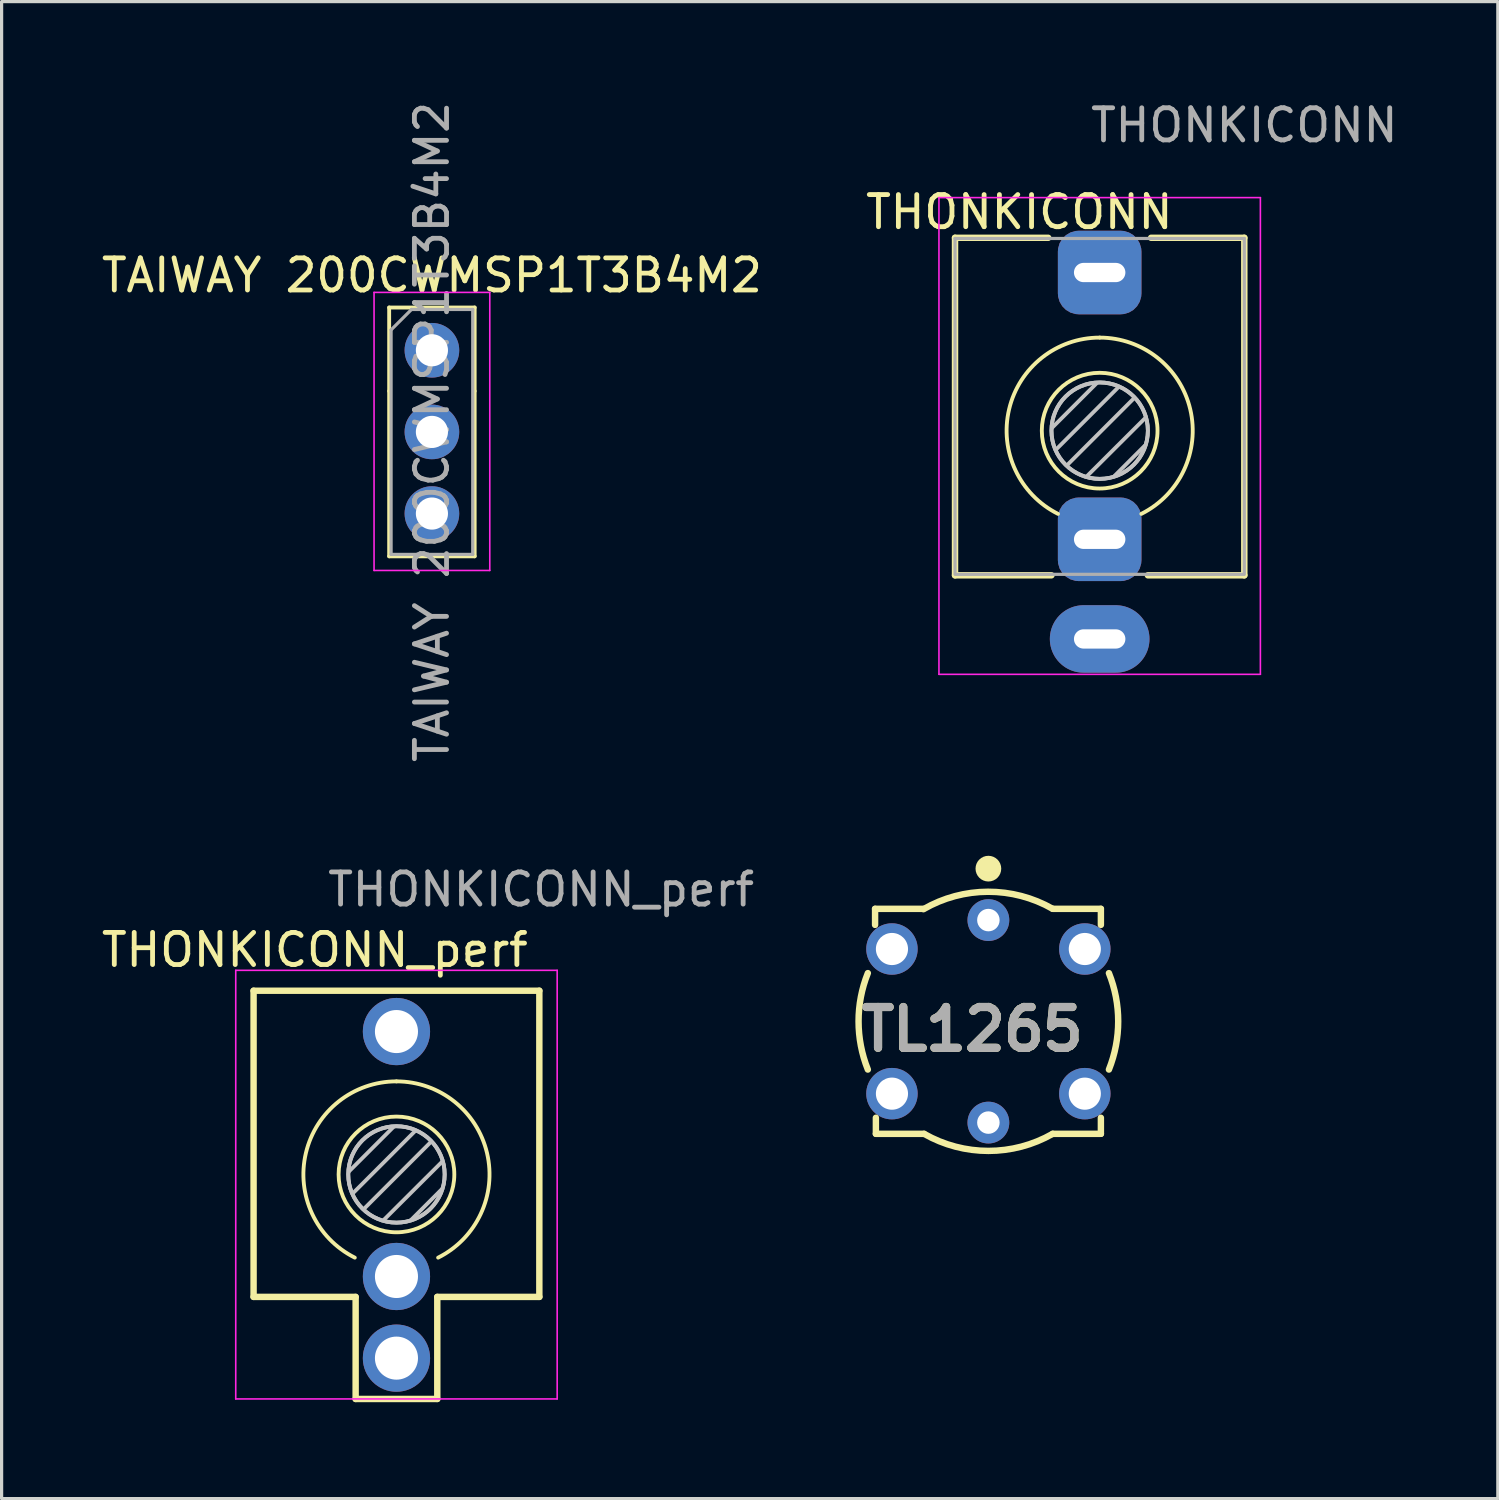
<source format=kicad_pcb>
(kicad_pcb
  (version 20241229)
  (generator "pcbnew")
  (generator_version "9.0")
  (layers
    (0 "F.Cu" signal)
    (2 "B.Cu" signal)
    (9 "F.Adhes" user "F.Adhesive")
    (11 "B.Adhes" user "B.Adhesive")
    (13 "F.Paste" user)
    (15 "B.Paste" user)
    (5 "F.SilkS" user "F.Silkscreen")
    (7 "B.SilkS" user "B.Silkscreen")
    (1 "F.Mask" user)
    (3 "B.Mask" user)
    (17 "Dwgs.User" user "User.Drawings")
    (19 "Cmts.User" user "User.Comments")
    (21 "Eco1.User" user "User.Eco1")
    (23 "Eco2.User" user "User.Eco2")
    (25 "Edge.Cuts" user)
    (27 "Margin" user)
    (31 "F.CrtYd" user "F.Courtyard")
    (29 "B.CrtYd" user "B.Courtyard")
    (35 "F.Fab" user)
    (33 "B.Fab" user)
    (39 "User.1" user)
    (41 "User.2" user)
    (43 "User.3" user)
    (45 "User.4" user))
  (footprint "TAIWAY 200CWMSP1T3B4M2"
    (layer "F.Cu")
    (at 10.387 7.847)
    (property "Reference" "TAIWAY 200CWMSP1T3B4M2" (at 0 -2.33 0) (layer "F.SilkS") (effects (font (size 1 1) (thickness 0.15))))
    (attr through_hole)
    (fp_line (start -1.33 -1.33) (end 1.33 -1.33) (stroke (width 0.12) (type solid)) (layer "F.SilkS"))
    (fp_line (start -1.33 1.27) (end -1.33 -1.33) (stroke (width 0.12) (type solid)) (layer "F.SilkS"))
    (fp_line (start -1.33 1.27) (end -1.33 6.41) (stroke (width 0.12) (type solid)) (layer "F.SilkS"))
    (fp_line (start -1.33 6.41) (end 1.33 6.41) (stroke (width 0.12) (type solid)) (layer "F.SilkS"))
    (fp_line (start 1.33 -1.33) (end 1.33 1.27) (stroke (width 0.12) (type solid)) (layer "F.SilkS"))
    (fp_line (start 1.33 1.27) (end 1.33 6.41) (stroke (width 0.12) (type solid)) (layer "F.SilkS"))
    (fp_line (start -1.8 -1.8) (end -1.8 6.85) (stroke (width 0.05) (type solid)) (layer "F.CrtYd"))
    (fp_line (start -1.8 6.85) (end 1.8 6.85) (stroke (width 0.05) (type solid)) (layer "F.CrtYd"))
    (fp_line (start 1.8 -1.8) (end -1.8 -1.8) (stroke (width 0.05) (type solid)) (layer "F.CrtYd"))
    (fp_line (start 1.8 6.85) (end 1.8 -1.8) (stroke (width 0.05) (type solid)) (layer "F.CrtYd"))
    (fp_line (start -1.27 -0.635) (end -0.635 -1.27) (stroke (width 0.1) (type solid)) (layer "F.Fab"))
    (fp_line (start -1.27 6.35) (end -1.27 -0.635) (stroke (width 0.1) (type solid)) (layer "F.Fab"))
    (fp_line (start -0.635 -1.27) (end 1.27 -1.27) (stroke (width 0.1) (type solid)) (layer "F.Fab"))
    (fp_line (start 1.27 -1.27) (end 1.27 6.35) (stroke (width 0.1) (type solid)) (layer "F.Fab"))
    (fp_line (start 1.27 6.35) (end -1.27 6.35) (stroke (width 0.1) (type solid)) (layer "F.Fab"))
    (fp_text user "${REFERENCE}" (at 0 2.54 90) (layer "F.Fab") (effects (font (size 1 1) (thickness 0.15))))
    (pad "1" thru_hole circle (at 0 0) (size 1.7 1.7) (drill 1) (layers "*.Cu" "*.Mask"))
    (pad "2" thru_hole oval (at 0 2.54) (size 1.7 1.7) (drill 1) (layers "*.Cu" "*.Mask"))
    (pad "3" thru_hole oval (at 0 5.08) (size 1.7 1.7) (drill 1) (layers "*.Cu" "*.Mask")))
  (footprint "THONKICONN_perf"
    (layer "F.Cu")
    (at 9.284 33.487)
    (property "Reference" "THONKICONN_perf" (at -2.54 -6.985 0) (layer "F.SilkS") (effects (font (size 1 1) (thickness 0.15))))
    (attr through_hole)
    (fp_line (start -4.445 -5.715) (end 4.445 -5.715) (stroke (width 0.2) (type solid)) (layer "F.SilkS"))
    (fp_line (start -4.445 3.81) (end -4.445 -5.715) (stroke (width 0.2) (type solid)) (layer "F.SilkS"))
    (fp_line (start -4.445 3.81) (end -1.27 3.81) (stroke (width 0.2) (type solid)) (layer "F.SilkS"))
    (fp_line (start -1.27 6.985) (end -1.27 3.81) (stroke (width 0.2) (type solid)) (layer "F.SilkS"))
    (fp_line (start 1.27 3.81) (end 1.27 6.985) (stroke (width 0.2) (type solid)) (layer "F.SilkS"))
    (fp_line (start 1.27 3.81) (end 4.445 3.81) (stroke (width 0.2) (type solid)) (layer "F.SilkS"))
    (fp_line (start 1.27 6.985) (end -1.27 6.985) (stroke (width 0.2) (type solid)) (layer "F.SilkS"))
    (fp_line (start 4.445 -5.715) (end 4.445 3.81) (stroke (width 0.2) (type solid)) (layer "F.SilkS"))
    (fp_arc (start -1.296263 2.588577) (mid -2.817353 -0.665994) (end 0 -2.895) (stroke (width 0.12) (type solid)) (layer "F.SilkS"))
    (fp_arc (start 0 -2.895) (mid 2.817353 -0.665994) (end 1.296263 2.588577) (stroke (width 0.12) (type solid)) (layer "F.SilkS"))
    (fp_circle (center 0 0) (end -1.8 0) (stroke (width 0.12) (type solid)) (fill no) (layer "F.SilkS"))
    (fp_line (start -0.09 -1.48) (end -1.48 -0.09) (stroke (width 0.12) (type solid)) (layer "Dwgs.User"))
    (fp_line (start 0.58 -1.35) (end -1.36 0.59) (stroke (width 0.12) (type solid)) (layer "Dwgs.User"))
    (fp_line (start 1.07 -1.01) (end -1.01 1.07) (stroke (width 0.12) (type solid)) (layer "Dwgs.User"))
    (fp_line (start 1.41 0.46) (end 0.46 1.41) (stroke (width 0.12) (type solid)) (layer "Dwgs.User"))
    (fp_line (start 1.42 -0.395) (end -0.4 1.42) (stroke (width 0.12) (type solid)) (layer "Dwgs.User"))
    (fp_circle (center 0 0) (end -1.5 0) (stroke (width 0.12) (type solid)) (fill no) (layer "Dwgs.User"))
    (fp_circle (center 0 0) (end 1.5 0) (stroke (width 0.12) (type solid)) (fill no) (layer "Eco2.User"))
    (fp_circle (center 0 0) (end -1.5 0) (stroke (width 0.12) (type solid)) (fill no) (layer "Edge.Cuts"))
    (fp_line (start -5 -6.35) (end 5 -6.35) (stroke (width 0.05) (type solid)) (layer "F.CrtYd"))
    (fp_line (start -5 6.985) (end -5 -6.35) (stroke (width 0.05) (type solid)) (layer "F.CrtYd"))
    (fp_line (start -5 6.985) (end 5 6.985) (stroke (width 0.05) (type solid)) (layer "F.CrtYd"))
    (fp_line (start 5 -6.35) (end 5 6.985) (stroke (width 0.05) (type solid)) (layer "F.CrtYd"))
    (fp_text user "${REFERENCE}" (at 4.5 -8.865 0) (layer "F.Fab") (effects (font (size 1 1) (thickness 0.15))))
    (pad "1" thru_hole circle (at 0 5.715) (size 2.092 2.092) (drill 1.34) (layers "*.Cu" "*.Mask"))
    (pad "2" thru_hole circle (at 0 3.175) (size 2.092 2.092) (drill 1.34) (layers "*.Cu" "*.Mask"))
    (pad "3" thru_hole circle (at 0 -4.445 90) (size 2.092 2.092) (drill 1.34) (layers "*.Cu" "*.Mask")))
  (footprint "TL1265"
    (layer "F.Cu")
    (at 24.699 26.474)
    (property "Reference" "TL1265" (at 2.5 2.5 0) (layer "F.SilkS") (effects (font (size 1.27 1.27) (thickness 0.254))))
    (attr through_hole)
    (fp_line (start -0.525 -1.25) (end -0.525 -0.75) (stroke (width 0.2) (type solid)) (layer "F.SilkS"))
    (fp_line (start -0.525 -1.25) (end 0.975 -1.25) (stroke (width 0.2) (type solid)) (layer "F.SilkS"))
    (fp_line (start -0.5 5.25) (end -0.5 5.75) (stroke (width 0.2) (type solid)) (layer "F.SilkS"))
    (fp_line (start -0.5 5.75) (end 1 5.75) (stroke (width 0.2) (type solid)) (layer "F.SilkS"))
    (fp_line (start 5 -1.25) (end 6.5 -1.25) (stroke (width 0.2) (type solid)) (layer "F.SilkS"))
    (fp_line (start 5 5.75) (end 6.5 5.75) (stroke (width 0.2) (type solid)) (layer "F.SilkS"))
    (fp_line (start 6.5 -1.25) (end 6.5 -0.75) (stroke (width 0.2) (type solid)) (layer "F.SilkS"))
    (fp_line (start 6.5 5.75) (end 6.5 5.25) (stroke (width 0.2) (type solid)) (layer "F.SilkS"))
    (fp_arc (start -0.750072 3.749816) (mid -1.038872 2.249901) (end -0.749999 0.750001) (stroke (width 0.2) (type solid)) (layer "F.SilkS"))
    (fp_arc (start 0.981078 -1.239118) (mid 2.989086 -1.781113) (end 4.999999 -1.249999) (stroke (width 0.2) (type solid)) (layer "F.SilkS"))
    (fp_arc (start 5.000625 5.749641) (mid 3.000361 6.281127) (end 1.000001 5.749999) (stroke (width 0.2) (type solid)) (layer "F.SilkS"))
    (fp_arc (start 6.750072 0.750184) (mid 7.038872 2.250099) (end 6.749999 3.749999) (stroke (width 0.2) (type solid)) (layer "F.SilkS"))
    (fp_circle (center 3 -2.5) (end 3 -2.5) (stroke (width 0.4) (type solid)) (fill no) (layer "F.SilkS"))
    (fp_text user "${REFERENCE}" (at 2.5 2.5 0) (layer "F.Fab") (effects (font (size 1.27 1.27) (thickness 0.254))))
    (pad "1" thru_hole circle (at 0 0) (size 1.6 1.6) (drill 1) (layers "*.Cu" "*.Mask"))
    (pad "2" thru_hole circle (at 6 0) (size 1.6 1.6) (drill 1) (layers "*.Cu" "*.Mask"))
    (pad "3" thru_hole circle (at 0 4.5) (size 1.6 1.6) (drill 1) (layers "*.Cu" "*.Mask"))
    (pad "4" thru_hole circle (at 6 4.5) (size 1.6 1.6) (drill 1) (layers "*.Cu" "*.Mask"))
    (pad "L1" thru_hole circle (at 3 5.4) (size 1.3 1.3) (drill 0.7) (layers "*.Cu" "*.Mask"))
    (pad "L2" thru_hole circle (at 3 -0.9) (size 1.3 1.3) (drill 0.7) (layers "*.Cu" "*.Mask")))
  (footprint "THONKICONN"
    (layer "F.Cu")
    (at 31.161 10.348)
    (property "Reference" "THONKICONN" (at -2.5 -6.8 0) (layer "F.SilkS") (effects (font (size 1 1) (thickness 0.15))))
    (attr through_hole)
    (fp_line (start -4.5 -6) (end -1.6 -6) (stroke (width 0.2) (type solid)) (layer "F.SilkS"))
    (fp_line (start -4.5 4.5) (end -4.5 -6) (stroke (width 0.2) (type solid)) (layer "F.SilkS"))
    (fp_line (start -4.5 4.5) (end -1.5 4.5) (stroke (width 0.2) (type solid)) (layer "F.SilkS"))
    (fp_line (start 1.5 4.5) (end 4.5 4.5) (stroke (width 0.2) (type solid)) (layer "F.SilkS"))
    (fp_line (start 1.6 -6) (end 4.5 -6) (stroke (width 0.2) (type solid)) (layer "F.SilkS"))
    (fp_line (start 4.5 4.5) (end 4.5 -6) (stroke (width 0.2) (type solid)) (layer "F.SilkS"))
    (fp_arc (start -1.296263 2.588577) (mid -2.817353 -0.665994) (end 0 -2.895) (stroke (width 0.12) (type solid)) (layer "F.SilkS"))
    (fp_arc (start 0 -2.895) (mid 2.817353 -0.665994) (end 1.296263 2.588577) (stroke (width 0.12) (type solid)) (layer "F.SilkS"))
    (fp_circle (center 0 0) (end -1.8 0) (stroke (width 0.12) (type solid)) (fill no) (layer "F.SilkS"))
    (fp_line (start -0.09 -1.48) (end -1.48 -0.09) (stroke (width 0.12) (type solid)) (layer "Dwgs.User"))
    (fp_line (start 0.58 -1.35) (end -1.36 0.59) (stroke (width 0.12) (type solid)) (layer "Dwgs.User"))
    (fp_line (start 1.07 -1.01) (end -1.01 1.07) (stroke (width 0.12) (type solid)) (layer "Dwgs.User"))
    (fp_line (start 1.41 0.46) (end 0.46 1.41) (stroke (width 0.12) (type solid)) (layer "Dwgs.User"))
    (fp_line (start 1.42 -0.395) (end -0.4 1.42) (stroke (width 0.12) (type solid)) (layer "Dwgs.User"))
    (fp_circle (center 0 0) (end -1.5 0) (stroke (width 0.12) (type solid)) (fill no) (layer "Dwgs.User"))
    (fp_circle (center 0 0) (end 1.5 0) (stroke (width 0.12) (type solid)) (fill no) (layer "Eco2.User"))
    (fp_circle (center 0 0) (end -1.5 0) (stroke (width 0.12) (type solid)) (fill no) (layer "Edge.Cuts"))
    (fp_line (start -5 -7.25) (end -5 7.58) (stroke (width 0.05) (type solid)) (layer "F.CrtYd"))
    (fp_line (start -5 -7.25) (end 5 -7.25) (stroke (width 0.05) (type solid)) (layer "F.CrtYd"))
    (fp_line (start -5 7.58) (end 5 7.58) (stroke (width 0.05) (type solid)) (layer "F.CrtYd"))
    (fp_line (start 5 -7.25) (end 5 7.58) (stroke (width 0.05) (type solid)) (layer "F.CrtYd"))
    (fp_line (start -4.5 -5.98) (end -4.5 4.42) (stroke (width 0.1) (type solid)) (layer "F.Fab"))
    (fp_line (start -4.5 -5.98) (end 4.5 -5.98) (stroke (width 0.1) (type solid)) (layer "F.Fab"))
    (fp_line (start -4.5 4.47) (end 4.5 4.47) (stroke (width 0.1) (type solid)) (layer "F.Fab"))
    (fp_line (start 4.5 -5.98) (end 4.5 4.42) (stroke (width 0.1) (type solid)) (layer "F.Fab"))
    (fp_text user "${REFERENCE}" (at 4.5 -9.5 0) (layer "F.Fab") (effects (font (size 1 1) (thickness 0.15))))
    (pad "1" thru_hole oval (at 0 6.48) (size 3.1 2.1) (drill oval 1.6 0.6) (layers "*.Cu" "*.Mask"))
    (pad "2" thru_hole roundrect (at 0 3.38) (size 2.6 2.6) (drill oval 1.6 0.6) (layers "*.Cu" "*.Mask") (roundrect_rratio 0.25))
    (pad "3" thru_hole roundrect (at 0 -4.92) (size 2.6 2.6) (drill oval 1.6 0.6) (layers "*.Cu" "*.Mask") (roundrect_rratio 0.25)))
  (gr_rect
    (start -3 -3)
    (end 43.548 43.572)
    (stroke (width 0.1) (type default))
    (fill no)
    (layer "Edge.Cuts")))
</source>
